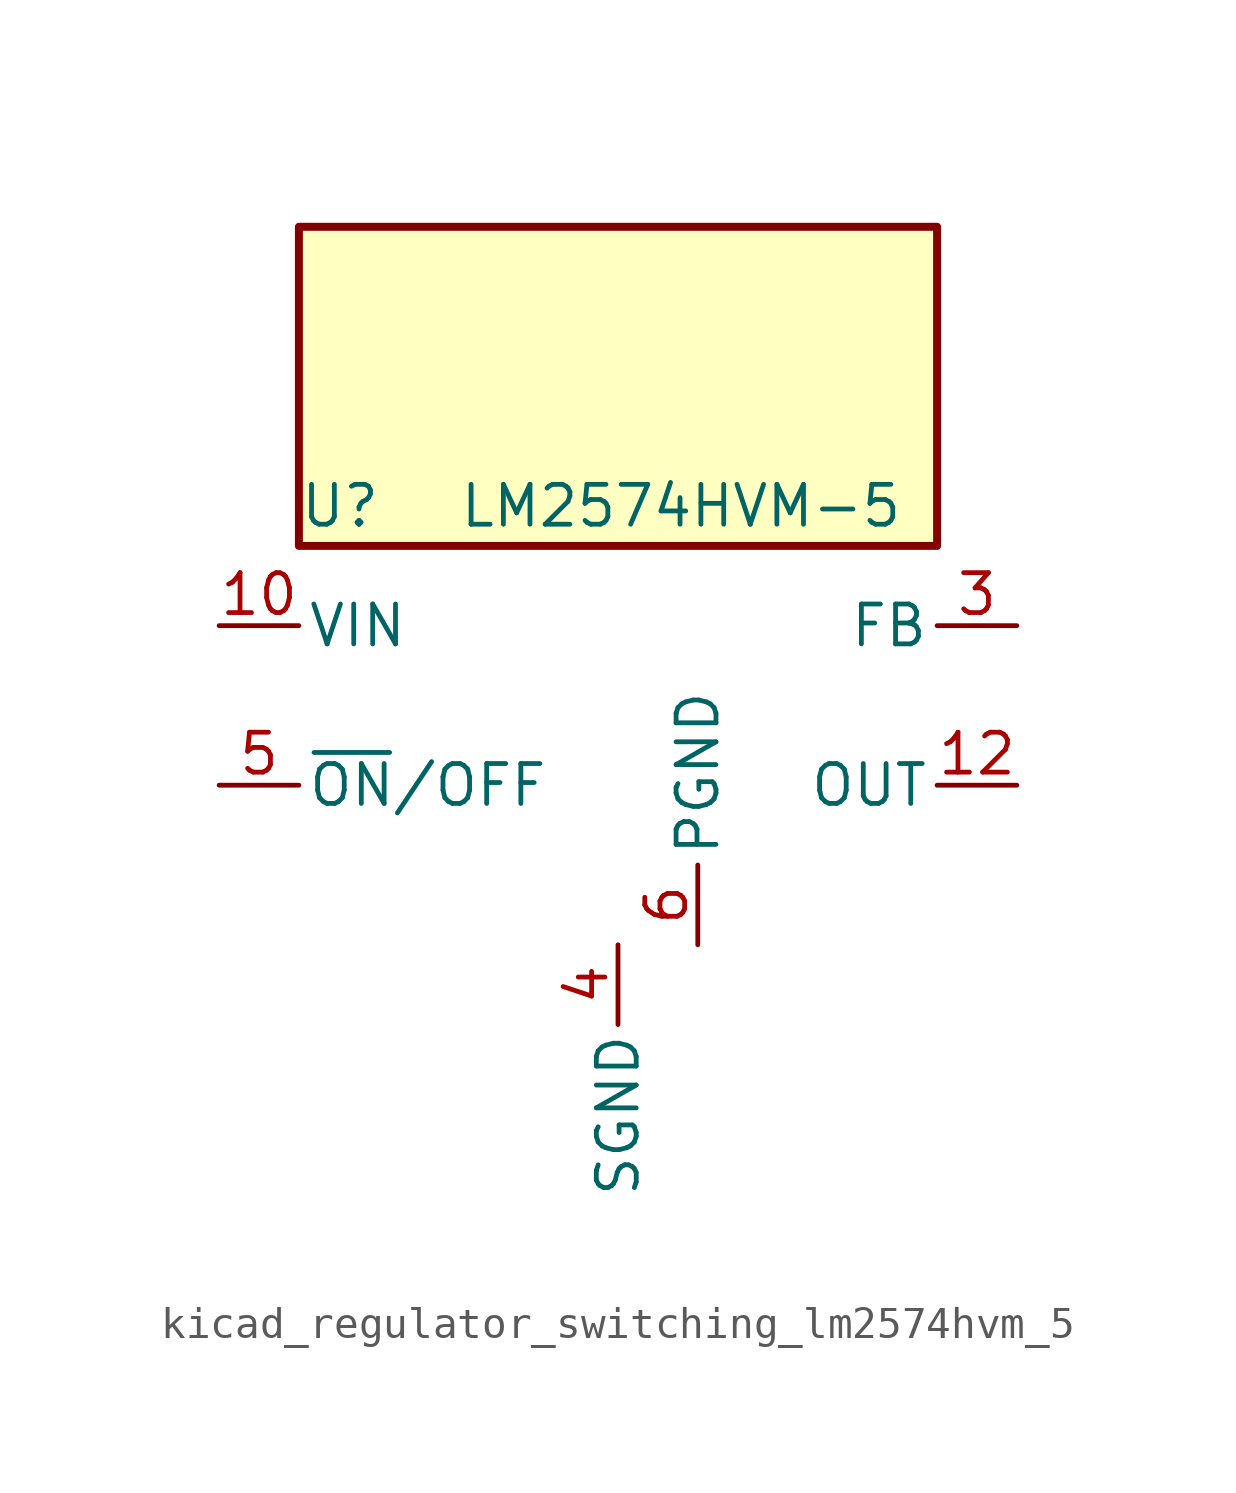
<source format=kicad_sym>
(kicad_symbol_lib
  (version 20220914)
  (generator kicad_symbol_editor)
  (symbol "kicad_regulator_switching_lm2574hvm_5"
    (pin_names
      (offset 0.254))
    (property "Reference" "U"
      (at -10.16 6.35 0)
      (effects (font (size 1.27 1.27)) (justify left)))
    (property "Value" "LM2574HVM-5"
      (at -5.08 6.35 0)
      (effects (font (size 1.27 1.27)) (justify left)))
    (symbol "kicad_regulator_switching_lm2574hvm_5_0_1"
      (rectangle (start 10.16 15.24) (end -10.16 5.08) (stroke (width 0.254) (type default)) (fill (type background))))
    (symbol "kicad_regulator_switching_lm2574hvm_5_1_1"
      (pin power_in line (at -12.7 2.54 0) (length 2.54) (name "VIN" (effects (font (size 1.27 1.27)))) (number "10" (effects (font (size 1.27 1.27)))))
      (pin output line (at 12.7 -2.54 180) (length 2.54) (name "OUT" (effects (font (size 1.27 1.27)))) (number "12" (effects (font (size 1.27 1.27)))))
      (pin input line (at 12.7 2.54 180) (length 2.54) (name "FB" (effects (font (size 1.27 1.27)))) (number "3" (effects (font (size 1.27 1.27)))))
      (pin power_in line (at 0 -7.62 270) (length 2.54) (name "SGND" (effects (font (size 1.27 1.27)))) (number "4" (effects (font (size 1.27 1.27)))))
      (pin input line (at -12.7 -2.54 0) (length 2.54) (name "~{ON}/OFF" (effects (font (size 1.27 1.27)))) (number "5" (effects (font (size 1.27 1.27)))))
      (pin power_in line (at 2.54 -7.62 90) (length 2.54) (name "PGND" (effects (font (size 1.27 1.27)))) (number "6" (effects (font (size 1.27 1.27))))))))
</source>
